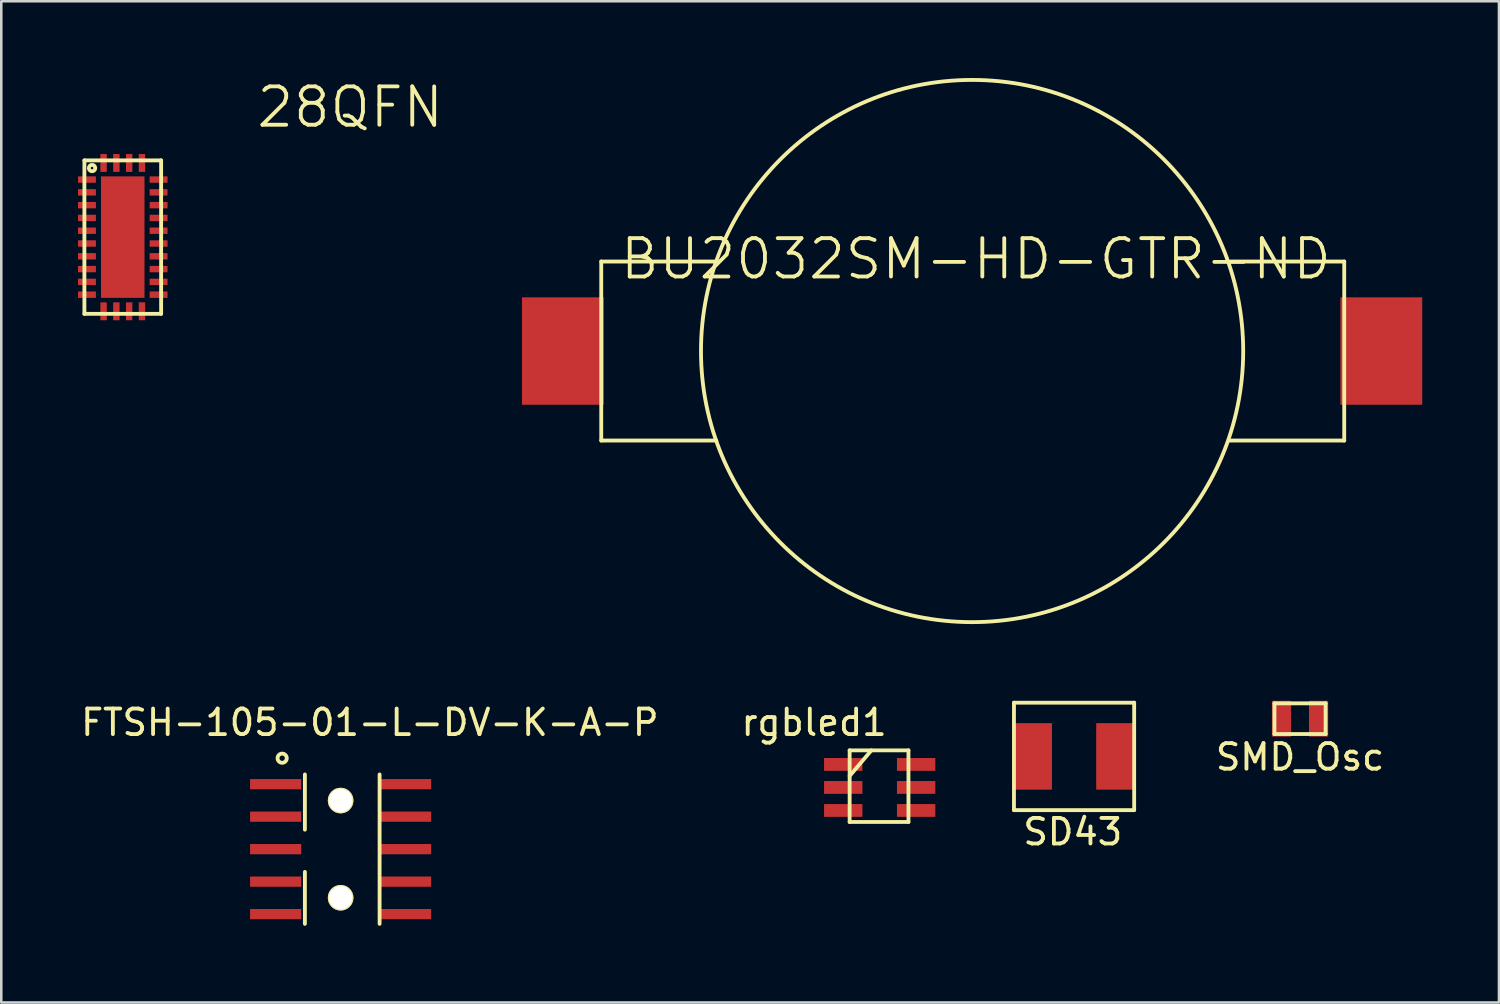
<source format=kicad_pcb>
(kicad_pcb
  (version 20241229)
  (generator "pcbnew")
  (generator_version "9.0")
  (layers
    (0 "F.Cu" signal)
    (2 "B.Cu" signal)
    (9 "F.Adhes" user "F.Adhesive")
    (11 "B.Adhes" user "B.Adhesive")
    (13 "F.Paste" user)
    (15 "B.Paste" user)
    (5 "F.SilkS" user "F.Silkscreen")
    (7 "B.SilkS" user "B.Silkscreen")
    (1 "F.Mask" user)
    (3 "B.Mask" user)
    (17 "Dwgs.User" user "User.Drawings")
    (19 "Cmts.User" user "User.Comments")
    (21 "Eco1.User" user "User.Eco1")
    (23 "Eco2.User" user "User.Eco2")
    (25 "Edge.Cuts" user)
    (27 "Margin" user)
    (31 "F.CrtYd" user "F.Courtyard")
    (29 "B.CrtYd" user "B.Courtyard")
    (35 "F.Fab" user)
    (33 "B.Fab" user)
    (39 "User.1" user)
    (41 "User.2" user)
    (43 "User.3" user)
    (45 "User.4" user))
  (footprint "28QFN"
    (layer "F.Cu")
    (at 1.75 6.221)
    (property "Reference" "28QFN" (at 8.89 -5.08 0) (layer "F.SilkS") (effects (font (size 1.5 1.5) (thickness 0.15))))
    (attr through_hole)
    (fp_line (start -1.5 -3) (end 1.5 -3) (stroke (width 0.15) (type solid)) (layer "F.SilkS"))
    (fp_line (start -1.5 3) (end -1.5 -3) (stroke (width 0.15) (type solid)) (layer "F.SilkS"))
    (fp_line (start 1.5 -3) (end 1.5 3) (stroke (width 0.15) (type solid)) (layer "F.SilkS"))
    (fp_line (start 1.5 3) (end -1.5 3) (stroke (width 0.15) (type solid)) (layer "F.SilkS"))
    (fp_circle (center -1.2 -2.7) (end -1.15 -2.7) (stroke (width 0.15) (type solid)) (fill no) (layer "F.SilkS"))
    (pad "1" smd rect (at -1.4 -2.25) (size 0.7 0.25) (layers "F.Cu" "F.Mask" "F.Paste"))
    (pad "2" smd rect (at -1.4 -1.75) (size 0.7 0.25) (layers "F.Cu" "F.Mask" "F.Paste"))
    (pad "3" smd rect (at -1.4 -1.25) (size 0.7 0.25) (layers "F.Cu" "F.Mask" "F.Paste"))
    (pad "4" smd rect (at -1.4 -0.75) (size 0.7 0.25) (layers "F.Cu" "F.Mask" "F.Paste"))
    (pad "5" smd rect (at -1.4 -0.25) (size 0.7 0.25) (layers "F.Cu" "F.Mask" "F.Paste"))
    (pad "6" smd rect (at -1.4 0.25) (size 0.7 0.25) (layers "F.Cu" "F.Mask" "F.Paste"))
    (pad "7" smd rect (at -1.4 0.75) (size 0.7 0.25) (layers "F.Cu" "F.Mask" "F.Paste"))
    (pad "8" smd rect (at -1.4 1.25) (size 0.7 0.25) (layers "F.Cu" "F.Mask" "F.Paste"))
    (pad "9" smd rect (at -1.4 1.75) (size 0.7 0.25) (layers "F.Cu" "F.Mask" "F.Paste"))
    (pad "10" smd rect (at -1.4 2.25) (size 0.7 0.25) (layers "F.Cu" "F.Mask" "F.Paste"))
    (pad "11" smd rect (at -0.75 2.9) (size 0.25 0.7) (layers "F.Cu" "F.Mask" "F.Paste"))
    (pad "12" smd rect (at -0.25 2.9) (size 0.25 0.7) (layers "F.Cu" "F.Mask" "F.Paste"))
    (pad "13" smd rect (at 0.25 2.9) (size 0.25 0.7) (layers "F.Cu" "F.Mask" "F.Paste"))
    (pad "14" smd rect (at 0.75 2.9) (size 0.25 0.7) (layers "F.Cu" "F.Mask" "F.Paste"))
    (pad "15" smd rect (at 1.4 2.25) (size 0.7 0.25) (layers "F.Cu" "F.Mask" "F.Paste"))
    (pad "16" smd rect (at 1.4 1.75) (size 0.7 0.25) (layers "F.Cu" "F.Mask" "F.Paste"))
    (pad "17" smd rect (at 1.4 1.25) (size 0.7 0.25) (layers "F.Cu" "F.Mask" "F.Paste"))
    (pad "18" smd rect (at 1.4 0.75) (size 0.7 0.25) (layers "F.Cu" "F.Mask" "F.Paste"))
    (pad "19" smd rect (at 1.4 0.25) (size 0.7 0.25) (layers "F.Cu" "F.Mask" "F.Paste"))
    (pad "20" smd rect (at 1.4 -0.25) (size 0.7 0.25) (layers "F.Cu" "F.Mask" "F.Paste"))
    (pad "21" smd rect (at 1.4 -0.75) (size 0.7 0.25) (layers "F.Cu" "F.Mask" "F.Paste"))
    (pad "22" smd rect (at 1.4 -1.25) (size 0.7 0.25) (layers "F.Cu" "F.Mask" "F.Paste"))
    (pad "23" smd rect (at 1.4 -1.75) (size 0.7 0.25) (layers "F.Cu" "F.Mask" "F.Paste"))
    (pad "24" smd rect (at 1.4 -2.25) (size 0.7 0.25) (layers "F.Cu" "F.Mask" "F.Paste"))
    (pad "25" smd rect (at 0.75 -2.9) (size 0.25 0.7) (layers "F.Cu" "F.Mask" "F.Paste"))
    (pad "26" smd rect (at 0.25 -2.9) (size 0.25 0.7) (layers "F.Cu" "F.Mask" "F.Paste"))
    (pad "27" smd rect (at -0.25 -2.9) (size 0.25 0.7) (layers "F.Cu" "F.Mask" "F.Paste"))
    (pad "28" smd rect (at -0.75 -2.9) (size 0.25 0.7) (layers "F.Cu" "F.Mask" "F.Paste"))
    (pad "29" smd rect (at 0 0) (size 1.7 4.75) (layers "F.Cu" "F.Mask" "F.Paste")))
  (footprint "rgbled1"
    (layer "F.Cu")
    (at 31.32 27.738)
    (property "Reference" "rgbled1" (at -2.54 -2.54 0) (layer "F.SilkS") (effects (font (size 1 1) (thickness 0.15))))
    (attr through_hole)
    (fp_line (start -1.15 -1.45) (end 1.15 -1.45) (stroke (width 0.15) (type solid)) (layer "F.SilkS"))
    (fp_line (start -1.15 -0.45) (end -0.3 -1.45) (stroke (width 0.15) (type solid)) (layer "F.SilkS"))
    (fp_line (start -1.15 1.35) (end -1.15 -1.45) (stroke (width 0.15) (type solid)) (layer "F.SilkS"))
    (fp_line (start 1.15 -1.45) (end 1.15 1.35) (stroke (width 0.15) (type solid)) (layer "F.SilkS"))
    (fp_line (start 1.15 1.35) (end -1.15 1.35) (stroke (width 0.15) (type solid)) (layer "F.SilkS"))
    (pad "BA" smd rect (at 1.45 -0.9) (size 1.5 0.5) (layers "F.Cu" "F.Mask" "F.Paste"))
    (pad "BC" smd rect (at -1.4 -0.9) (size 1.5 0.5) (layers "F.Cu" "F.Mask" "F.Paste"))
    (pad "GA" smd rect (at 1.45 0) (size 1.5 0.5) (layers "F.Cu" "F.Mask" "F.Paste"))
    (pad "GC" smd rect (at -1.4 0) (size 1.5 0.5) (layers "F.Cu" "F.Mask" "F.Paste"))
    (pad "RA" smd rect (at 1.45 0.9) (size 1.5 0.5) (layers "F.Cu" "F.Mask" "F.Paste"))
    (pad "RC" smd rect (at -1.4 0.9) (size 1.5 0.5) (layers "F.Cu" "F.Mask" "F.Paste")))
  (footprint "FTSH-105-01-L-DV-K-A-P"
    (layer "F.Cu")
    (at 10.268 30.151)
    (property "Reference" "FTSH-105-01-L-DV-K-A-P" (at 1.143 -4.953 0) (layer "F.SilkS") (effects (font (size 1 1) (thickness 0.15))))
    (attr through_hole)
    (fp_line (start -1.397 -2.921) (end -1.397 -0.762) (stroke (width 0.15) (type solid)) (layer "F.SilkS"))
    (fp_line (start -1.397 0.889) (end -1.397 2.921) (stroke (width 0.15) (type solid)) (layer "F.SilkS"))
    (fp_line (start 1.524 2.921) (end 1.524 -2.921) (stroke (width 0.15) (type solid)) (layer "F.SilkS"))
    (fp_circle (center -2.286 -3.556) (end -2.159 -3.429) (stroke (width 0.15) (type solid)) (fill no) (layer "F.SilkS"))
    (pad "" np_thru_hole circle (at 0 -1.9) (size 1 1) (drill 0.9) (layers "*.Cu" "*.Mask" "F.SilkS"))
    (pad "" np_thru_hole circle (at 0 1.9) (size 1 1) (drill 0.9) (layers "*.Cu" "*.Mask" "F.SilkS"))
    (pad "1" smd rect (at -2.54 -2.54) (size 2 0.4) (layers "F.Cu" "F.Mask" "F.Paste"))
    (pad "2" smd rect (at 2.54 -2.54) (size 2 0.4) (layers "F.Cu" "F.Mask" "F.Paste"))
    (pad "3" smd rect (at -2.54 -1.27) (size 2 0.4) (layers "F.Cu" "F.Mask" "F.Paste"))
    (pad "4" smd rect (at 2.54 -1.27) (size 2 0.4) (layers "F.Cu" "F.Mask" "F.Paste"))
    (pad "5" smd rect (at -2.54 0) (size 2 0.4) (layers "F.Cu" "F.Mask" "F.Paste"))
    (pad "6" smd rect (at 2.54 0) (size 2 0.4) (layers "F.Cu" "F.Mask" "F.Paste"))
    (pad "7" smd rect (at -2.54 1.27) (size 2 0.4) (layers "F.Cu" "F.Mask" "F.Paste"))
    (pad "8" smd rect (at 2.54 1.27) (size 2 0.4) (layers "F.Cu" "F.Mask" "F.Paste"))
    (pad "9" smd rect (at -2.54 2.54) (size 2 0.4) (layers "F.Cu" "F.Mask" "F.Paste"))
    (pad "10" smd rect (at 2.54 2.54) (size 2 0.4) (layers "F.Cu" "F.Mask" "F.Paste")))
  (footprint "BU2032SM-HD-GTR-ND"
    (layer "F.Cu")
    (at 34.958 10.675)
    (property "Reference" "BU2032SM-HD-GTR-ND" (at 0.15 -3.6 0) (layer "F.SilkS") (effects (font (size 1.5 1.5) (thickness 0.15))))
    (attr through_hole)
    (fp_line (start -14.5 -3.5) (end -14.5 3.5) (stroke (width 0.15) (type solid)) (layer "F.SilkS"))
    (fp_line (start -14.5 3.5) (end -10 3.5) (stroke (width 0.15) (type solid)) (layer "F.SilkS"))
    (fp_line (start -10 -3.5) (end -14.5 -3.5) (stroke (width 0.15) (type solid)) (layer "F.SilkS"))
    (fp_line (start 10.1 -3.5) (end 14.55 -3.5) (stroke (width 0.15) (type solid)) (layer "F.SilkS"))
    (fp_line (start 14.55 -3.5) (end 14.55 3.5) (stroke (width 0.15) (type solid)) (layer "F.SilkS"))
    (fp_line (start 14.55 3.5) (end 10.05 3.5) (stroke (width 0.15) (type solid)) (layer "F.SilkS"))
    (fp_circle (center 0 0) (end 10.6 0) (stroke (width 0.15) (type solid)) (fill no) (layer "F.SilkS"))
    (pad "1" smd rect (at -16 0) (size 3.2 4.2) (layers "F.Cu" "F.Mask" "F.Paste"))
    (pad "2" smd rect (at 16 0) (size 3.2 4.2) (layers "F.Cu" "F.Mask" "F.Paste")))
  (footprint "SMD_Osc"
    (layer "F.Cu")
    (at 47.78 25.05)
    (property "Reference" "SMD_Osc" (at 0 1.5 0) (layer "F.SilkS") (effects (font (size 1 1) (thickness 0.15))))
    (attr through_hole)
    (fp_line (start -1 -0.6) (end 1 -0.6) (stroke (width 0.15) (type solid)) (layer "F.SilkS"))
    (fp_line (start -1 0.6) (end -1 -0.6) (stroke (width 0.15) (type solid)) (layer "F.SilkS"))
    (fp_line (start 1 -0.6) (end 1 0.6) (stroke (width 0.15) (type solid)) (layer "F.SilkS"))
    (fp_line (start 1 0.6) (end -1 0.6) (stroke (width 0.15) (type solid)) (layer "F.SilkS"))
    (pad "1" smd rect (at -0.725 0) (size 0.75 1.4) (layers "F.Cu" "F.Mask" "F.Paste"))
    (pad "2" smd rect (at 0.725 0) (size 0.75 1.4) (layers "F.Cu" "F.Mask" "F.Paste")))
  (footprint "SD43"
    (layer "F.Cu")
    (at 38.945 26.525)
    (property "Reference" "SD43" (at -0.05 2.95 0) (layer "F.SilkS") (effects (font (size 1 1) (thickness 0.15))))
    (attr through_hole)
    (fp_line (start -2.35 -2.1) (end 2.35 -2.1) (stroke (width 0.15) (type solid)) (layer "F.SilkS"))
    (fp_line (start -2.35 2.1) (end -2.35 -2.1) (stroke (width 0.15) (type solid)) (layer "F.SilkS"))
    (fp_line (start 2.35 -2.1) (end 2.35 2.1) (stroke (width 0.15) (type solid)) (layer "F.SilkS"))
    (fp_line (start 2.35 2.1) (end -2.35 2.1) (stroke (width 0.15) (type solid)) (layer "F.SilkS"))
    (pad "1" smd rect (at -1.64 0) (size 1.55 2.6) (layers "F.Cu" "F.Mask" "F.Paste"))
    (pad "2" smd rect (at 1.64 0) (size 1.55 2.6) (layers "F.Cu" "F.Mask" "F.Paste")))
  (gr_rect
    (start -3 -3)
    (end 55.558 36.147)
    (stroke (width 0.1) (type default))
    (fill no)
    (layer "Edge.Cuts")))
</source>
